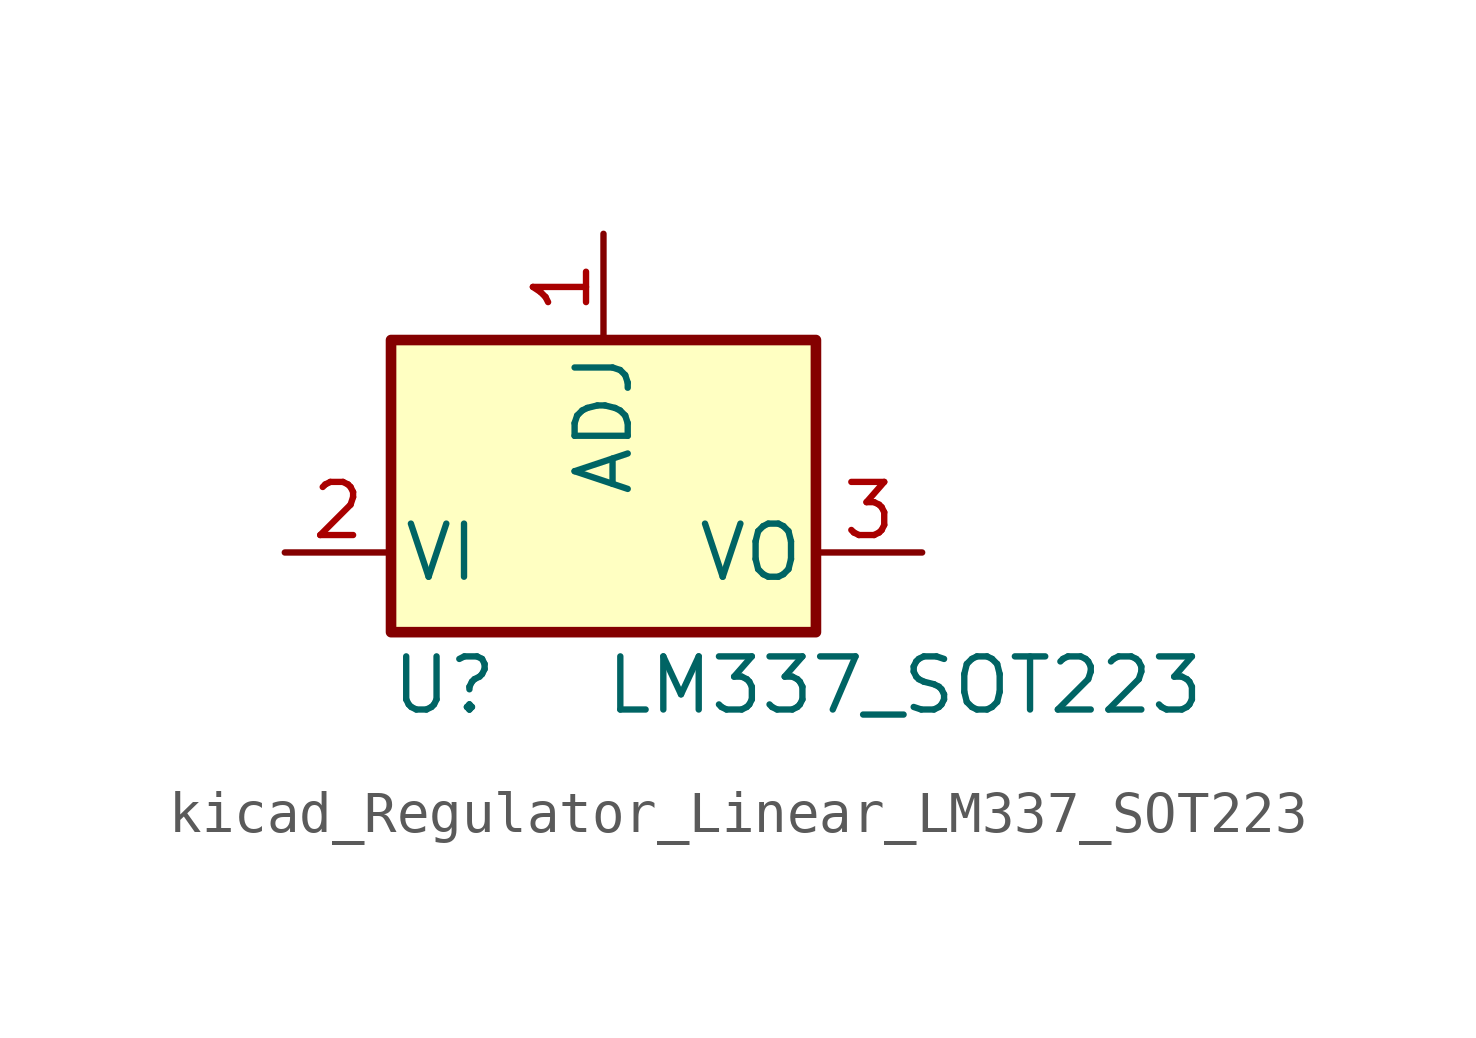
<source format=kicad_sym>
(kicad_symbol_lib
  (version 20220914)
  (generator kicad_symbol_editor)
  (symbol "kicad_Regulator_Linear_LM337_SOT223"
    (pin_names
      (offset 0.254))
    (property "Reference" "U"
      (at -3.81 -3.175 0)
      (effects (font (size 1.27 1.27))))
    (property "Value" "LM337_SOT223"
      (at 0 -3.175 0)
      (effects (font (size 1.27 1.27)) (justify left)))
    (symbol "kicad_Regulator_Linear_LM337_SOT223_0_1"
      (rectangle (start -5.08 5.08) (end 5.08 -1.905) (stroke (width 0.254) (type default)) (fill (type background))))
    (symbol "kicad_Regulator_Linear_LM337_SOT223_1_1"
      (pin input line (at 0 7.62 270) (length 2.54) (name "ADJ" (effects (font (size 1.27 1.27)))) (number "1" (effects (font (size 1.27 1.27)))))
      (pin power_in line (at -7.62 0 0) (length 2.54) (name "VI" (effects (font (size 1.27 1.27)))) (number "2" (effects (font (size 1.27 1.27)))))
      (pin power_out line (at 7.62 0 180) (length 2.54) (name "VO" (effects (font (size 1.27 1.27)))) (number "3" (effects (font (size 1.27 1.27))))))))
</source>
